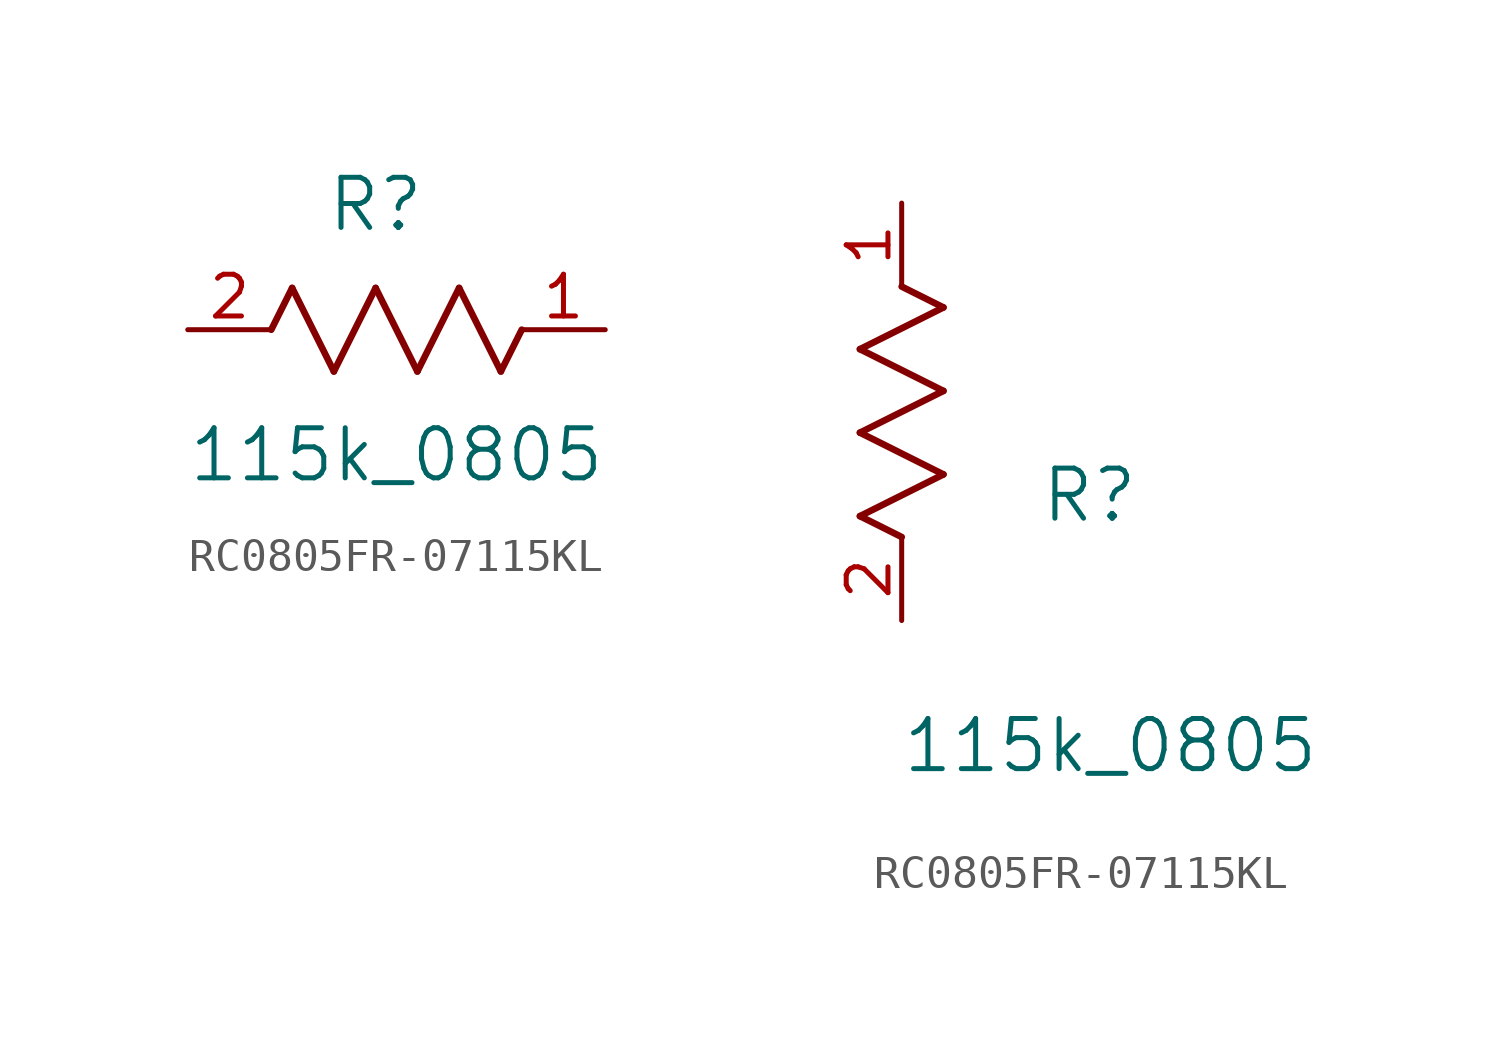
<source format=kicad_sym>
(kicad_symbol_lib
  (version 20220914)
  (generator kicad_symbol_editor)
  (symbol "RC0805FR-07115KL"
    (pin_names
      (offset 0.254))
    (property "Reference" "R"
      (at 5.715 3.81 0)
      (effects (font (size 1.524 1.524))))
    (property "Value" "115k_0805"
      (at 6.35 -3.81 0)
      (effects (font (size 1.524 1.524))))
    (symbol "RC0805FR-07115KL_1_1"
      (polyline (pts (xy 2.54 0) (xy 3.175 1.27)) (stroke (width 0.203) (type default)) (fill (type none)))
      (polyline (pts (xy 3.175 1.27) (xy 4.445 -1.27)) (stroke (width 0.203) (type default)) (fill (type none)))
      (polyline (pts (xy 4.445 -1.27) (xy 5.715 1.27)) (stroke (width 0.203) (type default)) (fill (type none)))
      (polyline (pts (xy 5.715 1.27) (xy 6.985 -1.27)) (stroke (width 0.203) (type default)) (fill (type none)))
      (polyline (pts (xy 6.985 -1.27) (xy 8.255 1.27)) (stroke (width 0.203) (type default)) (fill (type none)))
      (polyline (pts (xy 8.255 1.27) (xy 9.525 -1.27)) (stroke (width 0.203) (type default)) (fill (type none)))
      (polyline (pts (xy 9.525 -1.27) (xy 10.16 0)) (stroke (width 0.203) (type default)) (fill (type none)))
      (pin unspecified line (at 12.7 0 180) (length 2.54) (name "" (effects (font (size 1.27 1.27)))) (number "1" (effects (font (size 1.27 1.27)))))
      (pin unspecified line (at 0 0 0) (length 2.54) (name "" (effects (font (size 1.27 1.27)))) (number "2" (effects (font (size 1.27 1.27))))))
    (symbol "RC0805FR-07115KL_1_2"
      (polyline (pts (xy -1.27 3.175) (xy 1.27 4.445)) (stroke (width 0.203) (type default)) (fill (type none)))
      (polyline (pts (xy -1.27 5.715) (xy 1.27 6.985)) (stroke (width 0.203) (type default)) (fill (type none)))
      (polyline (pts (xy -1.27 8.255) (xy 1.27 9.525)) (stroke (width 0.203) (type default)) (fill (type none)))
      (polyline (pts (xy 0 2.54) (xy -1.27 3.175)) (stroke (width 0.203) (type default)) (fill (type none)))
      (polyline (pts (xy 1.27 4.445) (xy -1.27 5.715)) (stroke (width 0.203) (type default)) (fill (type none)))
      (polyline (pts (xy 1.27 6.985) (xy -1.27 8.255)) (stroke (width 0.203) (type default)) (fill (type none)))
      (polyline (pts (xy 1.27 9.525) (xy 0 10.16)) (stroke (width 0.203) (type default)) (fill (type none)))
      (pin unspecified line (at 0 12.7 270) (length 2.54) (name "" (effects (font (size 1.27 1.27)))) (number "1" (effects (font (size 1.27 1.27)))))
      (pin unspecified line (at 0 0 90) (length 2.54) (name "" (effects (font (size 1.27 1.27)))) (number "2" (effects (font (size 1.27 1.27))))))))
</source>
